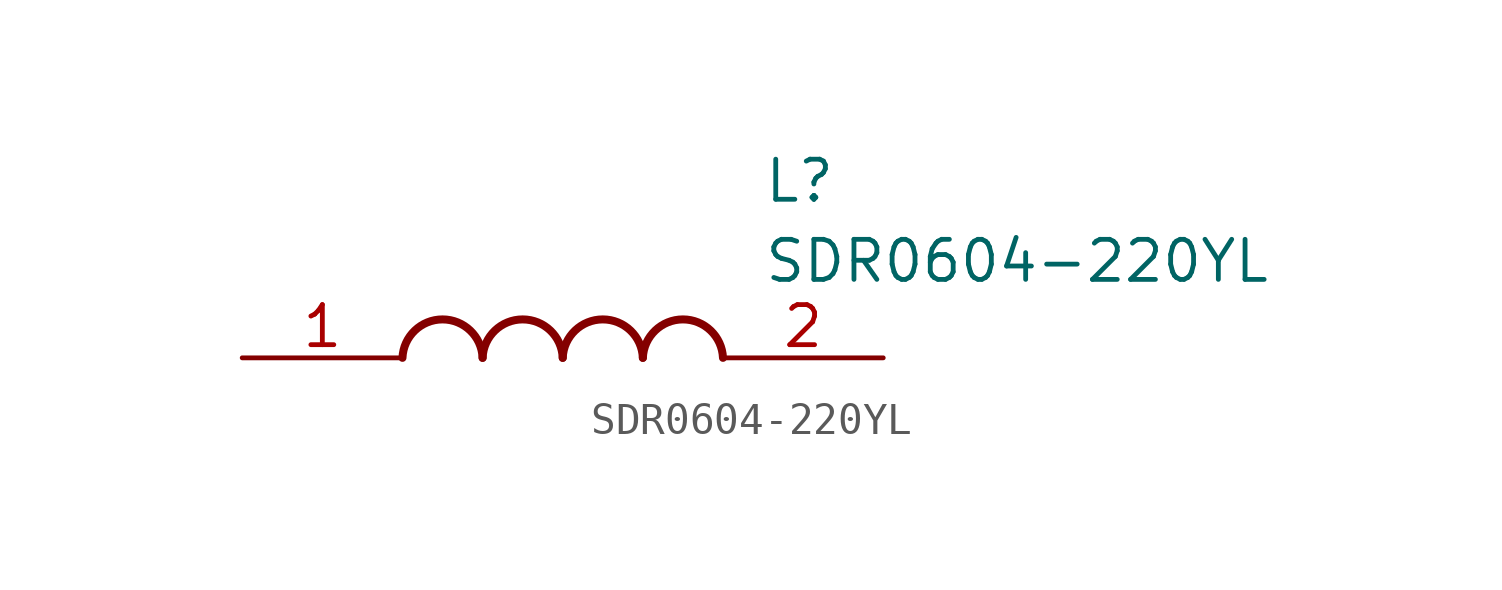
<source format=kicad_sym>
(kicad_symbol_lib
  (version 20211014)
  (generator SamacSys_ECAD_Model)
  (symbol "SDR0604-220YL"
    (pin_names hide)
    (property "Reference" "L"
      (at 16.51 6.35 0)
      (effects (font (size 1.27 1.27)) (justify left top)))
    (property "Value" "SDR0604-220YL"
      (at 16.51 3.81 0)
      (effects (font (size 1.27 1.27)) (justify left top)))
    (arc
      (start 7.62 0)
      (mid 6.35 1.219)
      (end 5.08 0)
      (stroke (width 0.254) (type default))
      (fill (type none)))
    (arc
      (start 10.16 0)
      (mid 8.89 1.219)
      (end 7.62 0)
      (stroke (width 0.254) (type default))
      (fill (type none)))
    (arc
      (start 12.7 0)
      (mid 11.43 1.219)
      (end 10.16 0)
      (stroke (width 0.254) (type default))
      (fill (type none)))
    (arc
      (start 15.24 0)
      (mid 13.97 1.219)
      (end 12.7 0)
      (stroke (width 0.254) (type default))
      (fill (type none)))
    (pin passive line
      (at 0 0 0)
      (length 5.08)
      (name "1" (effects (font (size 1.27 1.27))))
      (number "1" (effects (font (size 1.27 1.27)))))
    (pin passive line
      (at 20.32 0 180)
      (length 5.08)
      (name "2" (effects (font (size 1.27 1.27))))
      (number "2" (effects (font (size 1.27 1.27)))))))
</source>
